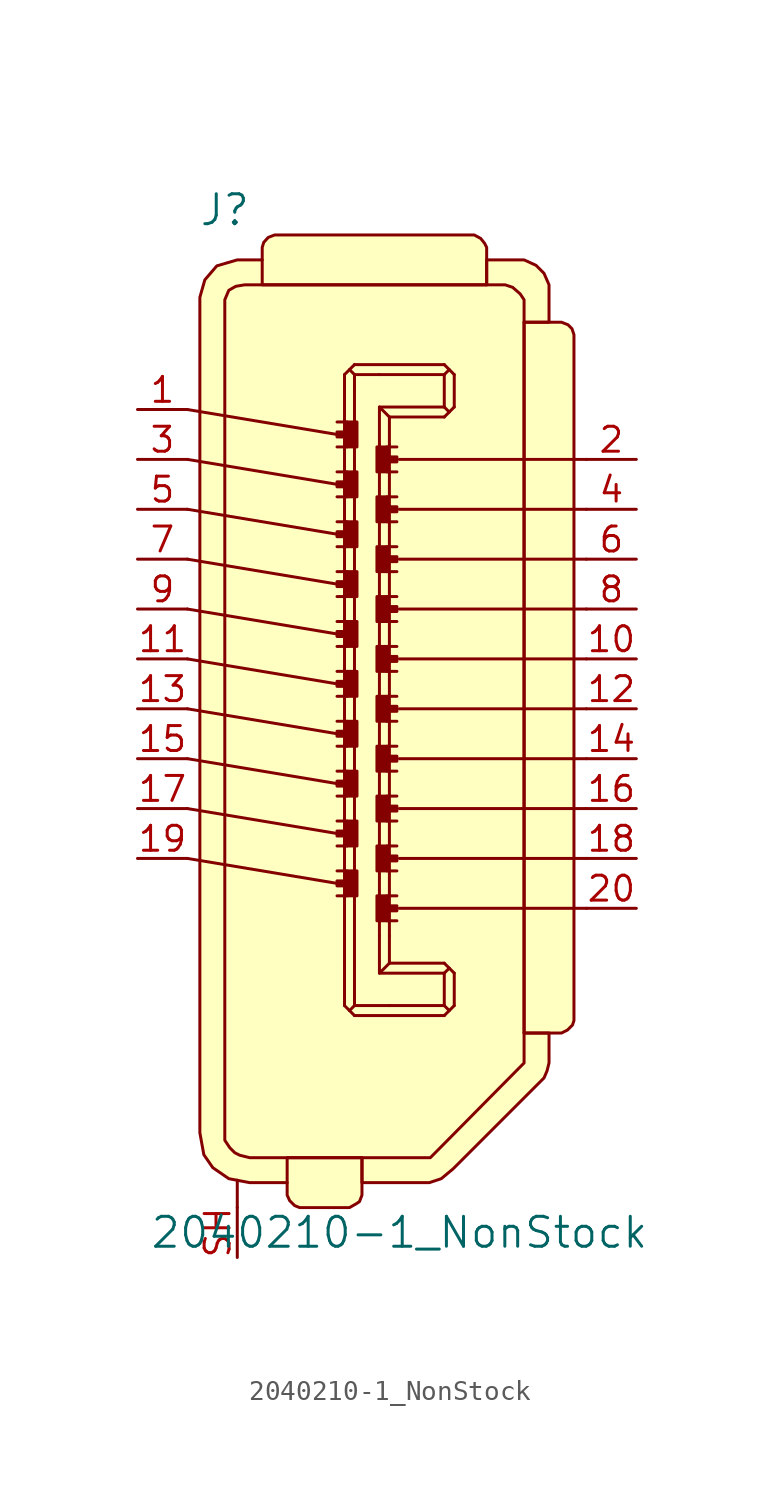
<source format=kicad_sym>
(kicad_symbol_lib
  (version 20220914)
  (generator kicad_symbol_editor)
  (symbol "2040210-1_NonStock"
    (pin_names
      (offset 1.016))
    (property "Reference" "J"
      (at -8.255 20.32 0)
      (effects (font (size 1.524 1.524))))
    (property "Value" "2040210-1_NonStock"
      (at 0.635 -31.75 0)
      (effects (font (size 1.524 1.524))))
    (symbol "2040210-1_NonStock_0_1"
      (polyline (pts (xy -10.16 -12.7) (xy -2.54 -13.97)) (stroke (width 0) (type default)) (fill (type none)))
      (polyline (pts (xy -10.16 -10.16) (xy -2.54 -11.43)) (stroke (width 0) (type default)) (fill (type none)))
      (polyline (pts (xy -10.16 -7.62) (xy -2.54 -8.89)) (stroke (width 0) (type default)) (fill (type none)))
      (polyline (pts (xy -10.16 -5.08) (xy -2.54 -6.35)) (stroke (width 0) (type default)) (fill (type none)))
      (polyline (pts (xy -10.16 -2.54) (xy -2.54 -3.81)) (stroke (width 0) (type default)) (fill (type none)))
      (polyline (pts (xy -10.16 0) (xy -2.54 -1.27)) (stroke (width 0) (type default)) (fill (type none)))
      (polyline (pts (xy -10.16 2.54) (xy -2.54 1.27)) (stroke (width 0) (type default)) (fill (type none)))
      (polyline (pts (xy -10.16 5.08) (xy -2.54 3.81)) (stroke (width 0) (type default)) (fill (type none)))
      (polyline (pts (xy -10.16 7.62) (xy -2.54 6.35)) (stroke (width 0) (type default)) (fill (type none)))
      (polyline (pts (xy -10.16 10.16) (xy -2.54 8.89)) (stroke (width 0) (type default)) (fill (type none)))
      (polyline (pts (xy -7.62 -30.48) (xy -7.62 -29.083)) (stroke (width 0) (type default)) (fill (type none)))
      (polyline (pts (xy -2.159 -20.193) (xy -1.651 -20.701)) (stroke (width 0) (type default)) (fill (type none)))
      (polyline (pts (xy -2.159 -17.907) (xy -2.159 -20.193)) (stroke (width 0) (type default)) (fill (type none)))
      (polyline (pts (xy -2.159 9.652) (xy -2.159 -17.907)) (stroke (width 0) (type default)) (fill (type none)))
      (polyline (pts (xy -2.159 9.652) (xy -2.159 11.938)) (stroke (width 0) (type default)) (fill (type none)))
      (polyline (pts (xy -2.159 11.938) (xy -1.651 12.446)) (stroke (width 0) (type default)) (fill (type none)))
      (polyline (pts (xy -2.032 -14.605) (xy -2.54 -14.605)) (stroke (width 0) (type default)) (fill (type none)))
      (polyline (pts (xy -2.032 -13.335) (xy -2.54 -13.335)) (stroke (width 0) (type default)) (fill (type none)))
      (polyline (pts (xy -2.032 -12.065) (xy -2.54 -12.065)) (stroke (width 0) (type default)) (fill (type none)))
      (polyline (pts (xy -2.032 -10.795) (xy -2.54 -10.795)) (stroke (width 0) (type default)) (fill (type none)))
      (polyline (pts (xy -2.032 -9.525) (xy -2.54 -9.525)) (stroke (width 0) (type default)) (fill (type none)))
      (polyline (pts (xy -2.032 -8.255) (xy -2.54 -8.255)) (stroke (width 0) (type default)) (fill (type none)))
      (polyline (pts (xy -2.032 -6.985) (xy -2.54 -6.985)) (stroke (width 0) (type default)) (fill (type none)))
      (polyline (pts (xy -2.032 -5.715) (xy -2.54 -5.715)) (stroke (width 0) (type default)) (fill (type none)))
      (polyline (pts (xy -2.032 -4.445) (xy -2.54 -4.445)) (stroke (width 0) (type default)) (fill (type none)))
      (polyline (pts (xy -2.032 -3.175) (xy -2.54 -3.175)) (stroke (width 0) (type default)) (fill (type none)))
      (polyline (pts (xy -2.032 -1.905) (xy -2.54 -1.905)) (stroke (width 0) (type default)) (fill (type none)))
      (polyline (pts (xy -2.032 -0.635) (xy -2.54 -0.635)) (stroke (width 0) (type default)) (fill (type none)))
      (polyline (pts (xy -2.032 0.635) (xy -2.54 0.635)) (stroke (width 0) (type default)) (fill (type none)))
      (polyline (pts (xy -2.032 1.905) (xy -2.54 1.905)) (stroke (width 0) (type default)) (fill (type none)))
      (polyline (pts (xy -2.032 3.175) (xy -2.54 3.175)) (stroke (width 0) (type default)) (fill (type none)))
      (polyline (pts (xy -2.032 4.445) (xy -2.54 4.445)) (stroke (width 0) (type default)) (fill (type none)))
      (polyline (pts (xy -2.032 5.715) (xy -2.54 5.715)) (stroke (width 0) (type default)) (fill (type none)))
      (polyline (pts (xy -2.032 6.985) (xy -2.54 6.985)) (stroke (width 0) (type default)) (fill (type none)))
      (polyline (pts (xy -2.032 8.255) (xy -2.54 8.255)) (stroke (width 0) (type default)) (fill (type none)))
      (polyline (pts (xy -2.032 9.525) (xy -2.54 9.525)) (stroke (width 0) (type default)) (fill (type none)))
      (polyline (pts (xy -1.651 -20.193) (xy -1.905 -20.447)) (stroke (width 0) (type default)) (fill (type none)))
      (polyline (pts (xy -1.651 -17.907) (xy -1.651 -19.558)) (stroke (width 0) (type default)) (fill (type none)))
      (polyline (pts (xy -1.651 9.652) (xy -1.651 -17.907)) (stroke (width 0) (type default)) (fill (type none)))
      (polyline (pts (xy -1.651 9.652) (xy -1.651 11.303)) (stroke (width 0) (type default)) (fill (type none)))
      (polyline (pts (xy -1.651 11.938) (xy -1.905 12.192)) (stroke (width 0) (type default)) (fill (type none)))
      (polyline (pts (xy -0.381 -18.542) (xy 2.921 -18.542)) (stroke (width 0) (type default)) (fill (type none)))
      (polyline (pts (xy -0.381 8.382) (xy -0.381 -16.637)) (stroke (width 0) (type default)) (fill (type none)))
      (polyline (pts (xy -0.381 10.287) (xy 2.921 10.287)) (stroke (width 0) (type default)) (fill (type none)))
      (polyline (pts (xy -0.381 11.938) (xy 2.921 11.938)) (stroke (width 0) (type default)) (fill (type none)))
      (polyline (pts (xy 0 -15.875) (xy 0.508 -15.875)) (stroke (width 0) (type default)) (fill (type none)))
      (polyline (pts (xy 0 -14.605) (xy 0.508 -14.605)) (stroke (width 0) (type default)) (fill (type none)))
      (polyline (pts (xy 0 -13.335) (xy 0.508 -13.335)) (stroke (width 0) (type default)) (fill (type none)))
      (polyline (pts (xy 0 -12.065) (xy 0.508 -12.065)) (stroke (width 0) (type default)) (fill (type none)))
      (polyline (pts (xy 0 -10.795) (xy 0.508 -10.795)) (stroke (width 0) (type default)) (fill (type none)))
      (polyline (pts (xy 0 -9.525) (xy 0.508 -9.525)) (stroke (width 0) (type default)) (fill (type none)))
      (polyline (pts (xy 0 -8.255) (xy 0.508 -8.255)) (stroke (width 0) (type default)) (fill (type none)))
      (polyline (pts (xy 0 -6.985) (xy 0.508 -6.985)) (stroke (width 0) (type default)) (fill (type none)))
      (polyline (pts (xy 0 -5.715) (xy 0.508 -5.715)) (stroke (width 0) (type default)) (fill (type none)))
      (polyline (pts (xy 0 -4.445) (xy 0.508 -4.445)) (stroke (width 0) (type default)) (fill (type none)))
      (polyline (pts (xy 0 -3.175) (xy 0.508 -3.175)) (stroke (width 0) (type default)) (fill (type none)))
      (polyline (pts (xy 0 -1.905) (xy 0.508 -1.905)) (stroke (width 0) (type default)) (fill (type none)))
      (polyline (pts (xy 0 -0.635) (xy 0.508 -0.635)) (stroke (width 0) (type default)) (fill (type none)))
      (polyline (pts (xy 0 0.635) (xy 0.508 0.635)) (stroke (width 0) (type default)) (fill (type none)))
      (polyline (pts (xy 0 1.905) (xy 0.508 1.905)) (stroke (width 0) (type default)) (fill (type none)))
      (polyline (pts (xy 0 3.175) (xy 0.508 3.175)) (stroke (width 0) (type default)) (fill (type none)))
      (polyline (pts (xy 0 4.445) (xy 0.508 4.445)) (stroke (width 0) (type default)) (fill (type none)))
      (polyline (pts (xy 0 5.715) (xy 0.508 5.715)) (stroke (width 0) (type default)) (fill (type none)))
      (polyline (pts (xy 0 6.985) (xy 0.508 6.985)) (stroke (width 0) (type default)) (fill (type none)))
      (polyline (pts (xy 0 8.255) (xy 0.508 8.255)) (stroke (width 0) (type default)) (fill (type none)))
      (polyline (pts (xy 0.127 -20.193) (xy 2.921 -20.193)) (stroke (width 0) (type default)) (fill (type none)))
      (polyline (pts (xy 0.127 -18.034) (xy 2.921 -18.034)) (stroke (width 0) (type default)) (fill (type none)))
      (polyline (pts (xy 0.127 -16.637) (xy 0.127 -18.034)) (stroke (width 0) (type default)) (fill (type none)))
      (polyline (pts (xy 0.127 8.382) (xy 0.127 -16.637)) (stroke (width 0) (type default)) (fill (type none)))
      (polyline (pts (xy 0.127 8.382) (xy 0.127 9.779)) (stroke (width 0) (type default)) (fill (type none)))
      (polyline (pts (xy 0.127 9.779) (xy 2.921 9.779)) (stroke (width 0) (type default)) (fill (type none)))
      (polyline (pts (xy 2.921 -20.701) (xy -1.651 -20.701)) (stroke (width 0) (type default)) (fill (type none)))
      (polyline (pts (xy 2.921 -20.701) (xy 3.429 -20.193)) (stroke (width 0) (type default)) (fill (type none)))
      (polyline (pts (xy 2.921 -20.193) (xy 3.175 -20.447)) (stroke (width 0) (type default)) (fill (type none)))
      (polyline (pts (xy 2.921 -18.542) (xy 2.921 -20.193)) (stroke (width 0) (type default)) (fill (type none)))
      (polyline (pts (xy 2.921 -18.542) (xy 3.175 -18.288)) (stroke (width 0) (type default)) (fill (type none)))
      (polyline (pts (xy 2.921 -18.034) (xy 3.429 -18.542)) (stroke (width 0) (type default)) (fill (type none)))
      (polyline (pts (xy 2.921 9.779) (xy 3.429 10.287)) (stroke (width 0) (type default)) (fill (type none)))
      (polyline (pts (xy 2.921 10.287) (xy 2.921 11.938)) (stroke (width 0) (type default)) (fill (type none)))
      (polyline (pts (xy 2.921 10.287) (xy 3.175 10.033)) (stroke (width 0) (type default)) (fill (type none)))
      (polyline (pts (xy 2.921 11.938) (xy 3.175 12.192)) (stroke (width 0) (type default)) (fill (type none)))
      (polyline (pts (xy 2.921 12.446) (xy -1.651 12.446)) (stroke (width 0) (type default)) (fill (type none)))
      (polyline (pts (xy 2.921 12.446) (xy 3.429 11.938)) (stroke (width 0) (type default)) (fill (type none)))
      (polyline (pts (xy 3.429 -20.193) (xy 3.429 -18.542)) (stroke (width 0) (type default)) (fill (type none)))
      (polyline (pts (xy 3.429 11.938) (xy 3.429 10.287)) (stroke (width 0) (type default)) (fill (type none)))
      (polyline (pts (xy 10.16 -15.24) (xy 0.635 -15.24)) (stroke (width 0) (type default)) (fill (type none)))
      (polyline (pts (xy 10.16 -12.7) (xy 0.635 -12.7)) (stroke (width 0) (type default)) (fill (type none)))
      (polyline (pts (xy 10.16 -10.16) (xy 0.635 -10.16)) (stroke (width 0) (type default)) (fill (type none)))
      (polyline (pts (xy 10.16 -7.62) (xy 0.635 -7.62)) (stroke (width 0) (type default)) (fill (type none)))
      (polyline (pts (xy 10.16 -5.08) (xy 0.635 -5.08)) (stroke (width 0) (type default)) (fill (type none)))
      (polyline (pts (xy 10.16 -2.54) (xy 0.635 -2.54)) (stroke (width 0) (type default)) (fill (type none)))
      (polyline (pts (xy 10.16 0) (xy 0.635 0)) (stroke (width 0) (type default)) (fill (type none)))
      (polyline (pts (xy 10.16 2.54) (xy 0.635 2.54)) (stroke (width 0) (type default)) (fill (type none)))
      (polyline (pts (xy 10.16 5.08) (xy 0.635 5.08)) (stroke (width 0) (type default)) (fill (type none)))
      (polyline (pts (xy 10.16 7.62) (xy 0.635 7.62)) (stroke (width 0) (type default)) (fill (type none)))
      (polyline (pts (xy -1.651 -19.558) (xy -1.651 -20.193) (xy 0.127 -20.193)) (stroke (width 0) (type default)) (fill (type none)))
      (polyline (pts (xy -1.651 11.303) (xy -1.651 11.938) (xy -0.381 11.938)) (stroke (width 0) (type default)) (fill (type none)))
      (polyline (pts (xy -0.381 -16.637) (xy -0.381 -18.542) (xy 0.127 -18.034)) (stroke (width 0) (type default)) (fill (type none)))
      (polyline (pts (xy -0.381 8.382) (xy -0.381 10.287) (xy 0.127 9.779)) (stroke (width 0) (type default)) (fill (type none)))
      (polyline (pts (xy -2.032 -14.605) (xy -2.032 -13.335) (xy -1.524 -13.335) (xy -1.524 -14.605) (xy -2.032 -14.605)) (stroke (width 0) (type default)) (fill (type outline)))
      (polyline (pts (xy -2.032 -14.097) (xy -2.54 -14.097) (xy -2.54 -13.843) (xy -2.032 -13.843) (xy -2.032 -14.097)) (stroke (width 0) (type default)) (fill (type outline)))
      (polyline (pts (xy -2.032 -12.065) (xy -2.032 -10.795) (xy -1.524 -10.795) (xy -1.524 -12.065) (xy -2.032 -12.065)) (stroke (width 0) (type default)) (fill (type outline)))
      (polyline (pts (xy -2.032 -11.557) (xy -2.54 -11.557) (xy -2.54 -11.303) (xy -2.032 -11.303) (xy -2.032 -11.557)) (stroke (width 0) (type default)) (fill (type outline)))
      (polyline (pts (xy -2.032 -9.525) (xy -2.032 -8.255) (xy -1.524 -8.255) (xy -1.524 -9.525) (xy -2.032 -9.525)) (stroke (width 0) (type default)) (fill (type outline)))
      (polyline (pts (xy -2.032 -9.017) (xy -2.54 -9.017) (xy -2.54 -8.763) (xy -2.032 -8.763) (xy -2.032 -9.017)) (stroke (width 0) (type default)) (fill (type outline)))
      (polyline (pts (xy -2.032 -6.985) (xy -2.032 -5.715) (xy -1.524 -5.715) (xy -1.524 -6.985) (xy -2.032 -6.985)) (stroke (width 0) (type default)) (fill (type outline)))
      (polyline (pts (xy -2.032 -6.477) (xy -2.54 -6.477) (xy -2.54 -6.223) (xy -2.032 -6.223) (xy -2.032 -6.477)) (stroke (width 0) (type default)) (fill (type outline)))
      (polyline (pts (xy -2.032 -4.445) (xy -2.032 -3.175) (xy -1.524 -3.175) (xy -1.524 -4.445) (xy -2.032 -4.445)) (stroke (width 0) (type default)) (fill (type outline)))
      (polyline (pts (xy -2.032 -3.937) (xy -2.54 -3.937) (xy -2.54 -3.683) (xy -2.032 -3.683) (xy -2.032 -3.937)) (stroke (width 0) (type default)) (fill (type outline)))
      (polyline (pts (xy -2.032 -1.905) (xy -2.032 -0.635) (xy -1.524 -0.635) (xy -1.524 -1.905) (xy -2.032 -1.905)) (stroke (width 0) (type default)) (fill (type outline)))
      (polyline (pts (xy -2.032 -1.397) (xy -2.54 -1.397) (xy -2.54 -1.143) (xy -2.032 -1.143) (xy -2.032 -1.397)) (stroke (width 0) (type default)) (fill (type outline)))
      (polyline (pts (xy -2.032 0.635) (xy -2.032 1.905) (xy -1.524 1.905) (xy -1.524 0.635) (xy -2.032 0.635)) (stroke (width 0) (type default)) (fill (type outline)))
      (polyline (pts (xy -2.032 1.143) (xy -2.54 1.143) (xy -2.54 1.397) (xy -2.032 1.397) (xy -2.032 1.143)) (stroke (width 0) (type default)) (fill (type outline)))
      (polyline (pts (xy -2.032 3.175) (xy -2.032 4.445) (xy -1.524 4.445) (xy -1.524 3.175) (xy -2.032 3.175)) (stroke (width 0) (type default)) (fill (type outline)))
      (polyline (pts (xy -2.032 3.683) (xy -2.54 3.683) (xy -2.54 3.937) (xy -2.032 3.937) (xy -2.032 3.683)) (stroke (width 0) (type default)) (fill (type outline)))
      (polyline (pts (xy -2.032 5.715) (xy -2.032 6.985) (xy -1.524 6.985) (xy -1.524 5.715) (xy -2.032 5.715)) (stroke (width 0) (type default)) (fill (type outline)))
      (polyline (pts (xy -2.032 6.223) (xy -2.54 6.223) (xy -2.54 6.477) (xy -2.032 6.477) (xy -2.032 6.223)) (stroke (width 0) (type default)) (fill (type outline)))
      (polyline (pts (xy -2.032 8.255) (xy -2.032 9.525) (xy -1.524 9.525) (xy -1.524 8.255) (xy -2.032 8.255)) (stroke (width 0) (type default)) (fill (type outline)))
      (polyline (pts (xy -2.032 8.763) (xy -2.54 8.763) (xy -2.54 9.017) (xy -2.032 9.017) (xy -2.032 8.763)) (stroke (width 0) (type default)) (fill (type outline)))
      (polyline (pts (xy 0 -15.113) (xy 0.508 -15.113) (xy 0.508 -15.367) (xy 0 -15.367) (xy 0 -15.113)) (stroke (width 0) (type default)) (fill (type outline)))
      (polyline (pts (xy 0 -14.605) (xy 0 -15.875) (xy -0.508 -15.875) (xy -0.508 -14.605) (xy 0 -14.605)) (stroke (width 0) (type default)) (fill (type outline)))
      (polyline (pts (xy 0 -12.573) (xy 0.508 -12.573) (xy 0.508 -12.827) (xy 0 -12.827) (xy 0 -12.573)) (stroke (width 0) (type default)) (fill (type outline)))
      (polyline (pts (xy 0 -12.065) (xy 0 -13.335) (xy -0.508 -13.335) (xy -0.508 -12.065) (xy 0 -12.065)) (stroke (width 0) (type default)) (fill (type outline)))
      (polyline (pts (xy 0 -10.033) (xy 0.508 -10.033) (xy 0.508 -10.287) (xy 0 -10.287) (xy 0 -10.033)) (stroke (width 0) (type default)) (fill (type outline)))
      (polyline (pts (xy 0 -9.525) (xy 0 -10.795) (xy -0.508 -10.795) (xy -0.508 -9.525) (xy 0 -9.525)) (stroke (width 0) (type default)) (fill (type outline)))
      (polyline (pts (xy 0 -7.493) (xy 0.508 -7.493) (xy 0.508 -7.747) (xy 0 -7.747) (xy 0 -7.493)) (stroke (width 0) (type default)) (fill (type outline)))
      (polyline (pts (xy 0 -6.985) (xy 0 -8.255) (xy -0.508 -8.255) (xy -0.508 -6.985) (xy 0 -6.985)) (stroke (width 0) (type default)) (fill (type outline)))
      (polyline (pts (xy 0 -4.953) (xy 0.508 -4.953) (xy 0.508 -5.207) (xy 0 -5.207) (xy 0 -4.953)) (stroke (width 0) (type default)) (fill (type outline)))
      (polyline (pts (xy 0 -4.445) (xy 0 -5.715) (xy -0.508 -5.715) (xy -0.508 -4.445) (xy 0 -4.445)) (stroke (width 0) (type default)) (fill (type outline)))
      (polyline (pts (xy 0 -2.413) (xy 0.508 -2.413) (xy 0.508 -2.667) (xy 0 -2.667) (xy 0 -2.413)) (stroke (width 0) (type default)) (fill (type outline)))
      (polyline (pts (xy 0 -1.905) (xy 0 -3.175) (xy -0.508 -3.175) (xy -0.508 -1.905) (xy 0 -1.905)) (stroke (width 0) (type default)) (fill (type outline)))
      (polyline (pts (xy 0 0.127) (xy 0.508 0.127) (xy 0.508 -0.127) (xy 0 -0.127) (xy 0 0.127)) (stroke (width 0) (type default)) (fill (type outline)))
      (polyline (pts (xy 0 0.635) (xy 0 -0.635) (xy -0.508 -0.635) (xy -0.508 0.635) (xy 0 0.635)) (stroke (width 0) (type default)) (fill (type outline)))
      (polyline (pts (xy 0 2.667) (xy 0.508 2.667) (xy 0.508 2.413) (xy 0 2.413) (xy 0 2.667)) (stroke (width 0) (type default)) (fill (type outline)))
      (polyline (pts (xy 0 3.175) (xy 0 1.905) (xy -0.508 1.905) (xy -0.508 3.175) (xy 0 3.175)) (stroke (width 0) (type default)) (fill (type outline)))
      (polyline (pts (xy 0 5.207) (xy 0.508 5.207) (xy 0.508 4.953) (xy 0 4.953) (xy 0 5.207)) (stroke (width 0) (type default)) (fill (type outline)))
      (polyline (pts (xy 0 5.715) (xy 0 4.445) (xy -0.508 4.445) (xy -0.508 5.715) (xy 0 5.715)) (stroke (width 0) (type default)) (fill (type outline)))
      (polyline (pts (xy 0 7.747) (xy 0.508 7.747) (xy 0.508 7.493) (xy 0 7.493) (xy 0 7.747)) (stroke (width 0) (type default)) (fill (type outline)))
      (polyline (pts (xy 0 8.255) (xy 0 6.985) (xy -0.508 6.985) (xy -0.508 8.255) (xy 0 8.255)) (stroke (width 0) (type default)) (fill (type outline)))
      (polyline (pts (xy 6.985 14.605) (xy 8.255 14.605) (xy 8.255 16.51) (xy 8.001 17.094) (xy 7.595 17.501) (xy 6.985 17.78) (xy 5.08 17.78) (xy 5.08 16.51)) (stroke (width 0) (type default)) (fill (type background)))
      (polyline (pts (xy -1.27 -27.94) (xy -1.27 -29.21) (xy 2.159 -29.21) (xy 2.769 -29.007) (xy 3.378 -28.499) (xy 8.001 -23.876) (xy 8.153 -23.52) (xy 8.255 -23.114) (xy 8.255 -21.59) (xy 6.985 -21.59)) (stroke (width 0) (type default)) (fill (type background)))
      (polyline (pts (xy -6.35 16.51) (xy -6.35 18.415) (xy -6.274 18.669) (xy -6.045 18.923) (xy -5.715 19.05) (xy 4.445 19.05) (xy 4.775 18.872) (xy 4.978 18.618) (xy 5.08 18.415) (xy 5.08 16.51) (xy -6.35 16.51)) (stroke (width 0) (type default)) (fill (type background)))
      (polyline (pts (xy -6.35 17.78) (xy -7.62 17.78) (xy -8.661 17.475) (xy -9.271 16.764) (xy -9.525 15.875) (xy -9.525 -26.67) (xy -9.322 -27.788) (xy -8.865 -28.448) (xy -8.052 -29.007) (xy -6.985 -29.21) (xy -5.08 -29.21)) (stroke (width 0) (type default)) (fill (type background)))
      (polyline (pts (xy -1.27 -27.94) (xy -1.27 -29.845) (xy -1.397 -30.175) (xy -1.549 -30.277) (xy -1.905 -30.48) (xy -4.445 -30.48) (xy -4.699 -30.378) (xy -4.953 -30.124) (xy -5.08 -29.845) (xy -5.08 -27.94) (xy -1.27 -27.94)) (stroke (width 0) (type default)) (fill (type background)))
      (polyline (pts (xy 6.985 14.605) (xy 8.89 14.605) (xy 9.22 14.478) (xy 9.423 14.275) (xy 9.525 13.97) (xy 9.525 -20.955) (xy 9.449 -21.184) (xy 9.195 -21.438) (xy 8.89 -21.59) (xy 6.985 -21.59) (xy 6.985 14.605)) (stroke (width 0) (type default)) (fill (type background)))
      (polyline (pts (xy -7.239 16.51) (xy 6.02 16.51) (xy 6.401 16.383) (xy 6.782 16.053) (xy 6.985 15.748) (xy 6.985 -23.114) (xy 2.21 -27.94) (xy -6.985 -27.94) (xy -7.493 -27.813) (xy -7.747 -27.686) (xy -8.001 -27.432) (xy -8.255 -27.051) (xy -8.255 15.748) (xy -8.052 16.231) (xy -7.696 16.434) (xy -7.239 16.51)) (stroke (width 0) (type default)) (fill (type background))))
    (symbol "2040210-1_NonStock_1_1"
      (pin passive line (at -12.7 10.16 0) (length 2.54) (name "~" (effects (font (size 1.27 1.27)))) (number "1" (effects (font (size 1.27 1.27)))))
      (pin passive line (at 12.7 -2.54 180) (length 2.54) (name "~" (effects (font (size 1.27 1.27)))) (number "10" (effects (font (size 1.27 1.27)))))
      (pin passive line (at -12.7 -2.54 0) (length 2.54) (name "~" (effects (font (size 1.27 1.27)))) (number "11" (effects (font (size 1.27 1.27)))))
      (pin passive line (at 12.7 -5.08 180) (length 2.54) (name "~" (effects (font (size 1.27 1.27)))) (number "12" (effects (font (size 1.27 1.27)))))
      (pin passive line (at -12.7 -5.08 0) (length 2.54) (name "~" (effects (font (size 1.27 1.27)))) (number "13" (effects (font (size 1.27 1.27)))))
      (pin passive line (at 12.7 -7.62 180) (length 2.54) (name "~" (effects (font (size 1.27 1.27)))) (number "14" (effects (font (size 1.27 1.27)))))
      (pin passive line (at -12.7 -7.62 0) (length 2.54) (name "~" (effects (font (size 1.27 1.27)))) (number "15" (effects (font (size 1.27 1.27)))))
      (pin passive line (at 12.7 -10.16 180) (length 2.54) (name "~" (effects (font (size 1.27 1.27)))) (number "16" (effects (font (size 1.27 1.27)))))
      (pin passive line (at -12.7 -10.16 0) (length 2.54) (name "~" (effects (font (size 1.27 1.27)))) (number "17" (effects (font (size 1.27 1.27)))))
      (pin passive line (at 12.7 -12.7 180) (length 2.54) (name "~" (effects (font (size 1.27 1.27)))) (number "18" (effects (font (size 1.27 1.27)))))
      (pin passive line (at -12.7 -12.7 0) (length 2.54) (name "~" (effects (font (size 1.27 1.27)))) (number "19" (effects (font (size 1.27 1.27)))))
      (pin passive line (at 12.7 7.62 180) (length 2.54) (name "~" (effects (font (size 1.27 1.27)))) (number "2" (effects (font (size 1.27 1.27)))))
      (pin passive line (at 12.7 -15.24 180) (length 2.54) (name "~" (effects (font (size 1.27 1.27)))) (number "20" (effects (font (size 1.27 1.27)))))
      (pin passive line (at -12.7 7.62 0) (length 2.54) (name "~" (effects (font (size 1.27 1.27)))) (number "3" (effects (font (size 1.27 1.27)))))
      (pin passive line (at 12.7 5.08 180) (length 2.54) (name "~" (effects (font (size 1.27 1.27)))) (number "4" (effects (font (size 1.27 1.27)))))
      (pin passive line (at -12.7 5.08 0) (length 2.54) (name "~" (effects (font (size 1.27 1.27)))) (number "5" (effects (font (size 1.27 1.27)))))
      (pin passive line (at 12.7 2.54 180) (length 2.54) (name "~" (effects (font (size 1.27 1.27)))) (number "6" (effects (font (size 1.27 1.27)))))
      (pin passive line (at -12.7 2.54 0) (length 2.54) (name "~" (effects (font (size 1.27 1.27)))) (number "7" (effects (font (size 1.27 1.27)))))
      (pin passive line (at 12.7 0 180) (length 2.54) (name "~" (effects (font (size 1.27 1.27)))) (number "8" (effects (font (size 1.27 1.27)))))
      (pin passive line (at -12.7 0 0) (length 2.54) (name "~" (effects (font (size 1.27 1.27)))) (number "9" (effects (font (size 1.27 1.27)))))
      (pin unspecified line (at -7.62 -33.02 90) (length 2.54) (name "~" (effects (font (size 1.27 1.27)))) (number "SH" (effects (font (size 1.27 1.27))))))))
</source>
